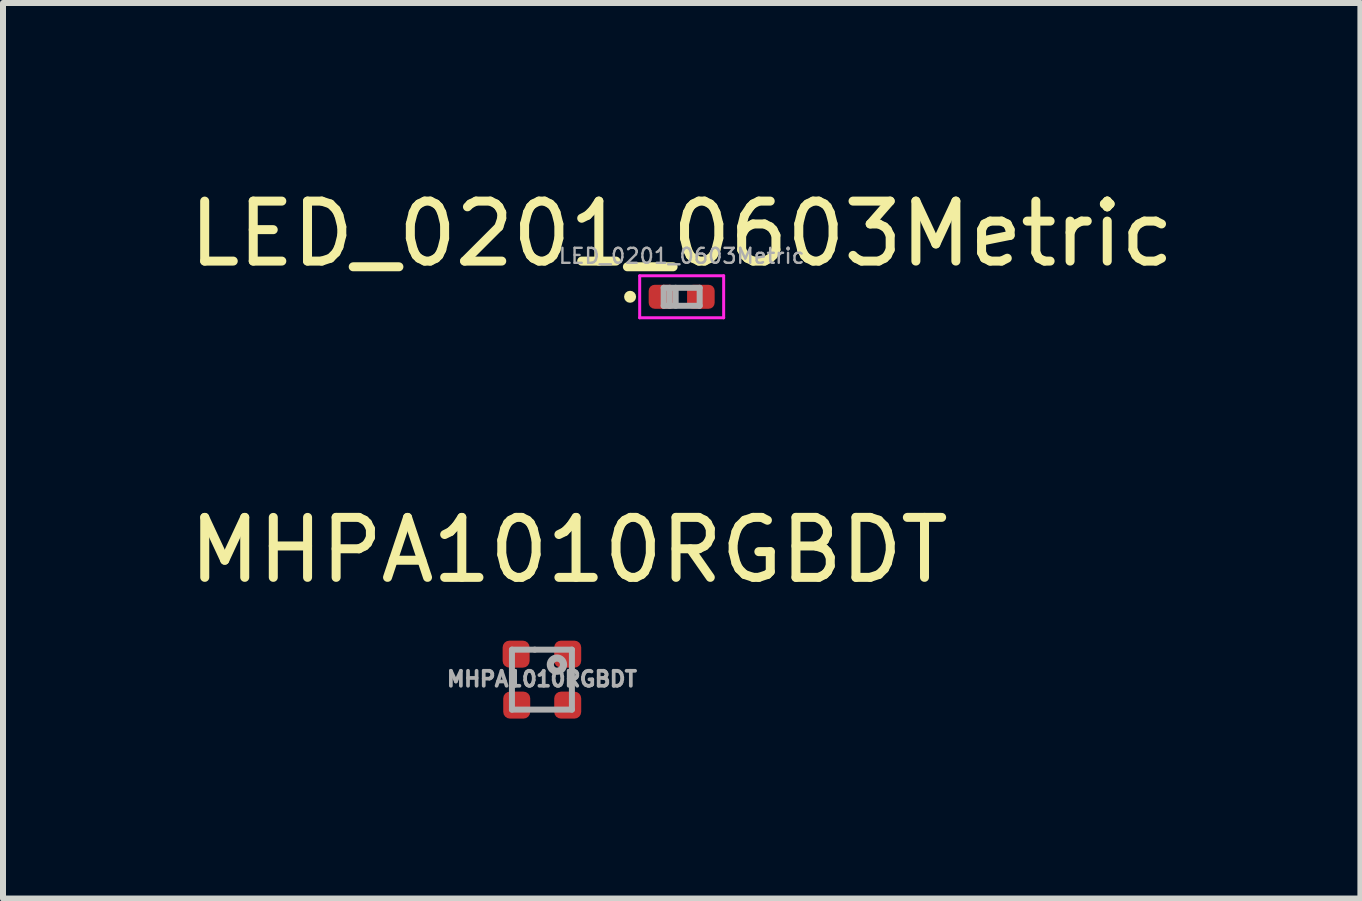
<source format=kicad_pcb>
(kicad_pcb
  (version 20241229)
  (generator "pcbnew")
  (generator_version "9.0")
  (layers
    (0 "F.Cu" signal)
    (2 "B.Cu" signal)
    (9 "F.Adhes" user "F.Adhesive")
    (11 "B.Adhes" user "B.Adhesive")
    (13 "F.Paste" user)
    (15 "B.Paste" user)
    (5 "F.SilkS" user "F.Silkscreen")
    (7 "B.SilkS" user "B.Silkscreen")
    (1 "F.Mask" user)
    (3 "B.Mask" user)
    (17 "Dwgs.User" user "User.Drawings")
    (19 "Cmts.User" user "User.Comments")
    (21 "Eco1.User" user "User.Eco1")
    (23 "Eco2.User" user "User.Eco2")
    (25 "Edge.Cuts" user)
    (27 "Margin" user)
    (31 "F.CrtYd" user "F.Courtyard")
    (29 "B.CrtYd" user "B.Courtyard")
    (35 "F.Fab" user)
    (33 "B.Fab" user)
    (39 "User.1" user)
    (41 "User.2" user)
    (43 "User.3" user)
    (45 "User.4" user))
  (footprint "LED_0201_0603Metric"
    (layer "F.Cu")
    (at 8.315 1.898)
    (property "Reference" "LED_0201_0603Metric" (at 0 -1.05 0) (layer "F.SilkS") (effects (font (size 1 1) (thickness 0.15))))
    (attr smd)
    (fp_circle (center -0.86 0) (end -0.81 0) (stroke (width 0.1) (type solid)) (fill no) (layer "F.SilkS"))
    (fp_line (start -0.7 -0.35) (end 0.7 -0.35) (stroke (width 0.05) (type solid)) (layer "F.CrtYd"))
    (fp_line (start -0.7 0.35) (end -0.7 -0.35) (stroke (width 0.05) (type solid)) (layer "F.CrtYd"))
    (fp_line (start 0.7 -0.35) (end 0.7 0.35) (stroke (width 0.05) (type solid)) (layer "F.CrtYd"))
    (fp_line (start 0.7 0.35) (end -0.7 0.35) (stroke (width 0.05) (type solid)) (layer "F.CrtYd"))
    (fp_line (start -0.3 -0.15) (end 0.3 -0.15) (stroke (width 0.1) (type solid)) (layer "F.Fab"))
    (fp_line (start -0.3 0.15) (end -0.3 -0.15) (stroke (width 0.1) (type solid)) (layer "F.Fab"))
    (fp_line (start -0.2 0.15) (end -0.2 -0.15) (stroke (width 0.1) (type solid)) (layer "F.Fab"))
    (fp_line (start -0.1 0.15) (end -0.1 -0.15) (stroke (width 0.1) (type solid)) (layer "F.Fab"))
    (fp_line (start 0.3 -0.15) (end 0.3 0.15) (stroke (width 0.1) (type solid)) (layer "F.Fab"))
    (fp_line (start 0.3 0.15) (end -0.3 0.15) (stroke (width 0.1) (type solid)) (layer "F.Fab"))
    (fp_text user "${REFERENCE}" (at 0 -0.68 0) (layer "F.Fab") (effects (font (size 0.25 0.25) (thickness 0.04))))
    (pad "" smd roundrect (at -0.345 0) (size 0.318 0.36) (layers "F.Paste") (roundrect_rratio 0.25))
    (pad "" smd roundrect (at 0.345 0) (size 0.318 0.36) (layers "F.Paste") (roundrect_rratio 0.25))
    (pad "1" smd roundrect (at -0.32 0) (size 0.46 0.4) (layers "F.Cu" "F.Mask") (roundrect_rratio 0.25))
    (pad "2" smd roundrect (at 0.32 0) (size 0.46 0.4) (layers "F.Cu" "F.Mask") (roundrect_rratio 0.25)))
  (footprint "MHPA1010RGBDT"
    (layer "F.Cu")
    (at 5.985 8.281)
    (property "Reference" "MHPA1010RGBDT" (at 0.45 -2.16 180) (layer "F.SilkS") (effects (font (size 1 1) (thickness 0.15))))
    (attr smd)
    (fp_line (start -0.5 -0.5) (end -0.5 -0.12) (stroke (width 0.1) (type solid)) (layer "F.Fab"))
    (fp_line (start -0.5 0.5) (end -0.5 -0.12) (stroke (width 0.1) (type solid)) (layer "F.Fab"))
    (fp_line (start -0.12 -0.5) (end -0.5 -0.5) (stroke (width 0.1) (type solid)) (layer "F.Fab"))
    (fp_line (start -0.12 -0.5) (end 0.5 -0.5) (stroke (width 0.1) (type solid)) (layer "F.Fab"))
    (fp_line (start 0.5 -0.5) (end 0.5 0.5) (stroke (width 0.1) (type solid)) (layer "F.Fab"))
    (fp_line (start 0.5 0.5) (end -0.5 0.5) (stroke (width 0.1) (type solid)) (layer "F.Fab"))
    (fp_circle (center 0.25 -0.25) (end 0.3 -0.25) (stroke (width 0.12) (type solid)) (fill no) (layer "F.Fab"))
    (fp_text user "${REFERENCE}" (at 0 -0.01 180) (layer "F.Fab") (effects (font (size 0.25 0.25) (thickness 0.062))))
    (pad "1" smd roundrect (at 0.43 -0.425 270) (size 0.45 0.45) (layers "F.Cu" "F.Mask" "F.Paste") (roundrect_rratio 0.25))
    (pad "2" smd roundrect (at 0.43 0.425 270) (size 0.45 0.45) (layers "F.Cu" "F.Mask" "F.Paste") (roundrect_rratio 0.25))
    (pad "3" smd roundrect (at -0.42 0.425 270) (size 0.45 0.45) (layers "F.Cu" "F.Mask" "F.Paste") (roundrect_rratio 0.25))
    (pad "4" smd roundrect (at -0.43 -0.425 270) (size 0.45 0.45) (layers "F.Cu" "F.Mask" "F.Paste") (roundrect_rratio 0.25)))
  (gr_rect
    (start -3 -3)
    (end 19.631 11.931)
    (stroke (width 0.1) (type default))
    (fill no)
    (layer "Edge.Cuts")))
</source>
